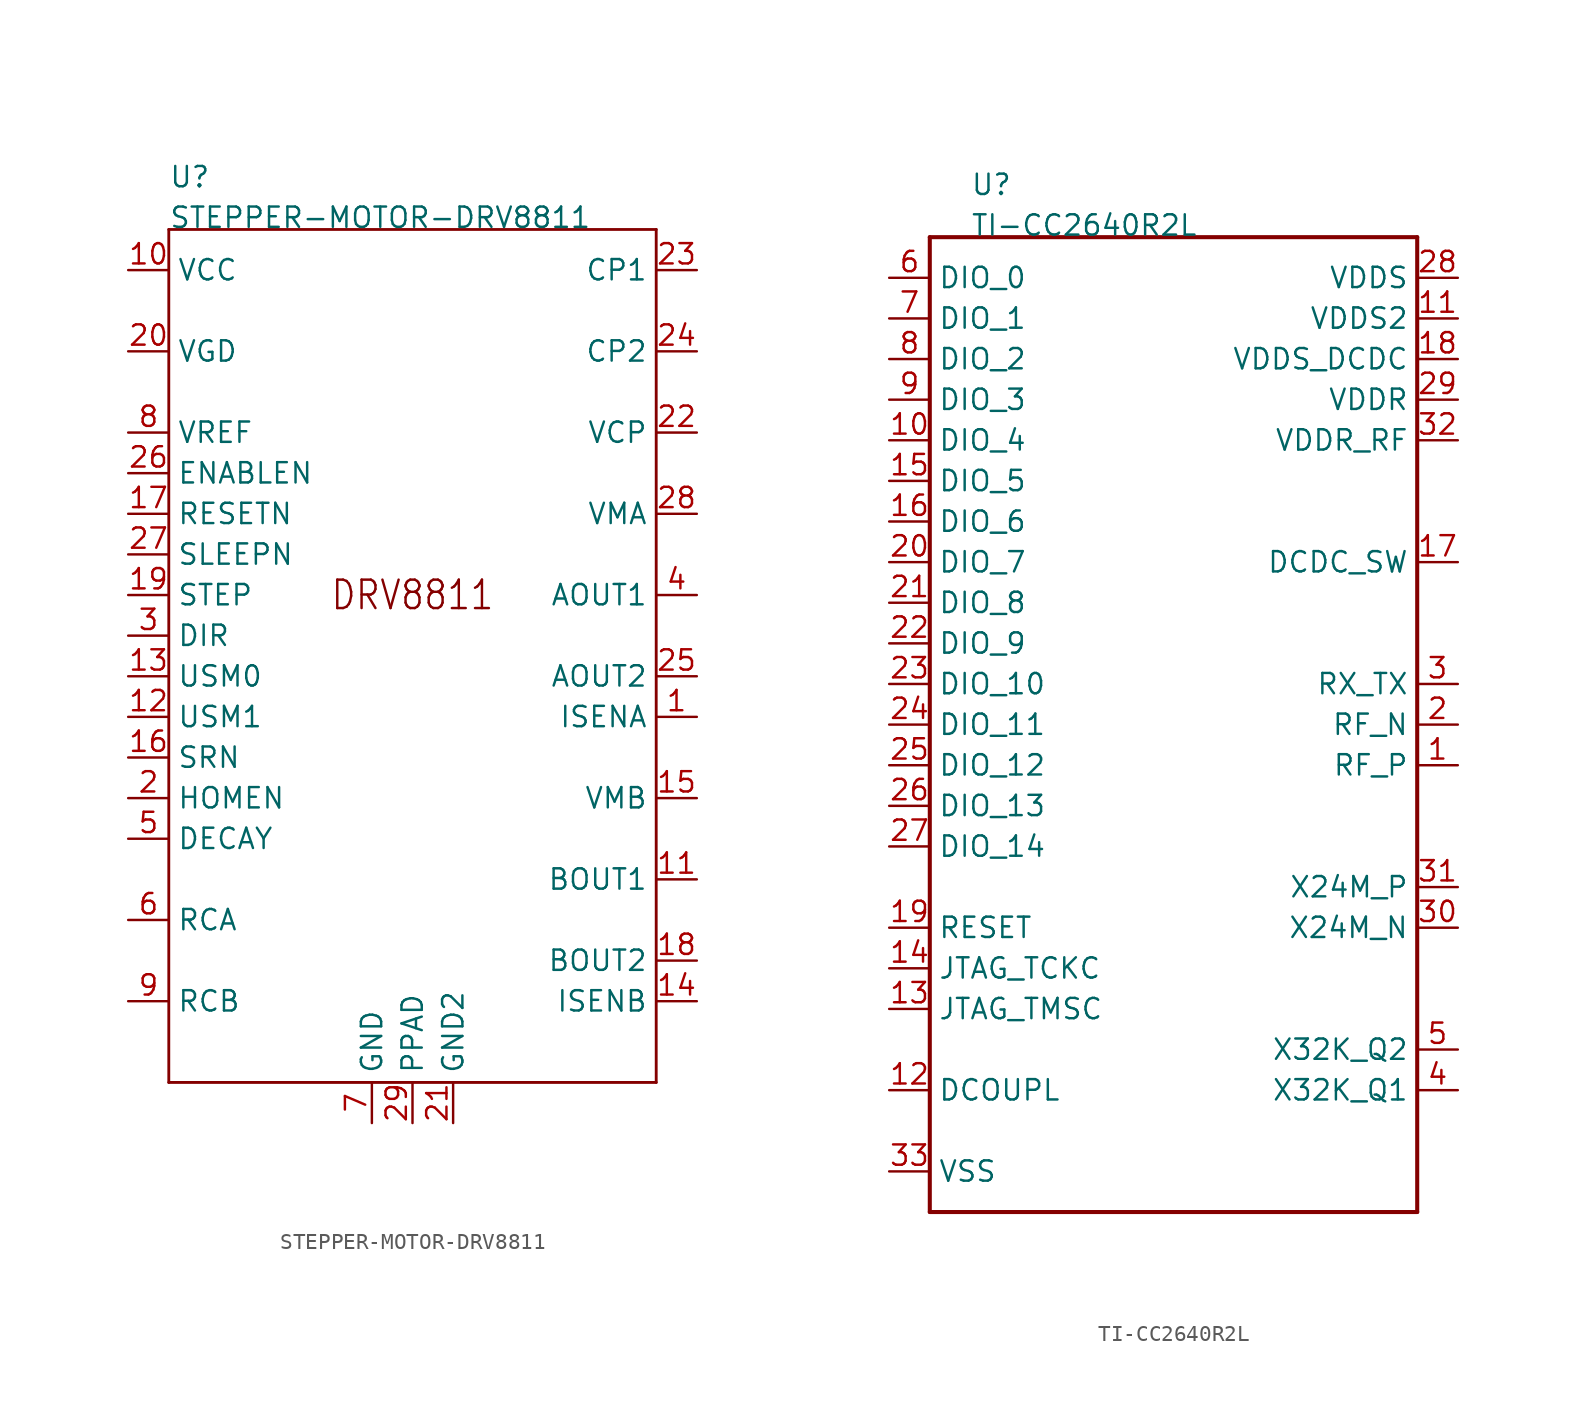
<source format=kicad_sym>
(kicad_symbol_lib
  (version 20211014)
  (generator kicad_symbol_editor)
  (symbol "STEPPER-MOTOR-DRV8811"
    (pin_names)
    (property "Reference" "U"
      (at -15.24 27.94 0)
      (effects (font (size 1.27 1.27)) (justify left bottom)))
    (property "Value" "STEPPER-MOTOR-DRV8811"
      (at -15.24 25.4 0)
      (effects (font (size 1.27 1.27)) (justify left bottom)))
    (property "Datasheet" ""
      (at 0 0 0))
    (property "ki_description" "DRV8811  - Bipolar Motor Driver Power MOSFET Logic 28-HTSSOP   Technical Specifications:    Pulse Width Modulation (PWM) Microstepping Motor Driver   Step and Direction control, 1/8 Microstepping indedexer   Supply Voltage: 8V~38V   Protection Feratures: VM Undervoltage Lockout, Overcurrent Protection, Thermal Shutdown   Thermal relief central pad   Pin-to-Pin compatible with DRV8818          Component Search:  DRV8811   Datasheet:  DRV8811 Stepper Motor Controller IC datasheet (Rev. J)  "
      (at 0 0 0))
    (property "ki_fp_filters" "FlashPCB_ICs:28-HTSSOP"
      (at 0 0 0))
    (symbol "STEPPER-MOTOR-DRV8811_1_1"
      (text "DRV8811" (at 0 2.54 0) (effects (font (size 1.778 1.52))))
      (polyline (pts (xy -15.24 25.4) (xy 15.24 25.4)) (stroke (width 0.178)) (fill (type none)))
      (polyline (pts (xy 15.24 25.4) (xy 15.24 -27.94)) (stroke (width 0.178)) (fill (type none)))
      (polyline (pts (xy 15.24 -27.94) (xy -15.24 -27.94)) (stroke (width 0.178)) (fill (type none)))
      (polyline (pts (xy -15.24 -27.94) (xy -15.24 25.4)) (stroke (width 0.178)) (fill (type none)))
      (pin bidirectional line (at 17.78 -5.08 180) (length 2.54) (name "ISENA" (effects (font (size 1.27 1.27)))) (number "1" (effects (font (size 1.27 1.27)))))
      (pin bidirectional line (at -17.78 -10.16 0) (length 2.54) (name "HOMEN" (effects (font (size 1.27 1.27)))) (number "2" (effects (font (size 1.27 1.27)))))
      (pin bidirectional line (at -17.78 0 0) (length 2.54) (name "DIR" (effects (font (size 1.27 1.27)))) (number "3" (effects (font (size 1.27 1.27)))))
      (pin bidirectional line (at 17.78 2.54 180) (length 2.54) (name "AOUT1" (effects (font (size 1.27 1.27)))) (number "4" (effects (font (size 1.27 1.27)))))
      (pin bidirectional line (at -17.78 -12.7 0) (length 2.54) (name "DECAY" (effects (font (size 1.27 1.27)))) (number "5" (effects (font (size 1.27 1.27)))))
      (pin bidirectional line (at -17.78 -17.78 0) (length 2.54) (name "RCA" (effects (font (size 1.27 1.27)))) (number "6" (effects (font (size 1.27 1.27)))))
      (pin bidirectional line (at -17.78 12.7 0) (length 2.54) (name "VREF" (effects (font (size 1.27 1.27)))) (number "8" (effects (font (size 1.27 1.27)))))
      (pin bidirectional line (at -2.54 -30.48 90) (length 2.54) (name "GND" (effects (font (size 1.27 1.27)))) (number "7" (effects (font (size 1.27 1.27)))))
      (pin bidirectional line (at -17.78 -22.86 0) (length 2.54) (name "RCB" (effects (font (size 1.27 1.27)))) (number "9" (effects (font (size 1.27 1.27)))))
      (pin bidirectional line (at -17.78 22.86 0) (length 2.54) (name "VCC" (effects (font (size 1.27 1.27)))) (number "10" (effects (font (size 1.27 1.27)))))
      (pin bidirectional line (at 17.78 -15.24 180) (length 2.54) (name "BOUT1" (effects (font (size 1.27 1.27)))) (number "11" (effects (font (size 1.27 1.27)))))
      (pin bidirectional line (at -17.78 -2.54 0) (length 2.54) (name "USM0" (effects (font (size 1.27 1.27)))) (number "13" (effects (font (size 1.27 1.27)))))
      (pin bidirectional line (at 17.78 -22.86 180) (length 2.54) (name "ISENB" (effects (font (size 1.27 1.27)))) (number "14" (effects (font (size 1.27 1.27)))))
      (pin bidirectional line (at -17.78 -5.08 0) (length 2.54) (name "USM1" (effects (font (size 1.27 1.27)))) (number "12" (effects (font (size 1.27 1.27)))))
      (pin bidirectional line (at 17.78 -10.16 180) (length 2.54) (name "VMB" (effects (font (size 1.27 1.27)))) (number "15" (effects (font (size 1.27 1.27)))))
      (pin bidirectional line (at -17.78 -7.62 0) (length 2.54) (name "SRN" (effects (font (size 1.27 1.27)))) (number "16" (effects (font (size 1.27 1.27)))))
      (pin bidirectional line (at -17.78 7.62 0) (length 2.54) (name "RESETN" (effects (font (size 1.27 1.27)))) (number "17" (effects (font (size 1.27 1.27)))))
      (pin bidirectional line (at 17.78 -20.32 180) (length 2.54) (name "BOUT2" (effects (font (size 1.27 1.27)))) (number "18" (effects (font (size 1.27 1.27)))))
      (pin bidirectional line (at -17.78 2.54 0) (length 2.54) (name "STEP" (effects (font (size 1.27 1.27)))) (number "19" (effects (font (size 1.27 1.27)))))
      (pin bidirectional line (at -17.78 17.78 0) (length 2.54) (name "VGD" (effects (font (size 1.27 1.27)))) (number "20" (effects (font (size 1.27 1.27)))))
      (pin bidirectional line (at 2.54 -30.48 90) (length 2.54) (name "GND2" (effects (font (size 1.27 1.27)))) (number "21" (effects (font (size 1.27 1.27)))))
      (pin bidirectional line (at 17.78 22.86 180) (length 2.54) (name "CP1" (effects (font (size 1.27 1.27)))) (number "23" (effects (font (size 1.27 1.27)))))
      (pin bidirectional line (at 17.78 12.7 180) (length 2.54) (name "VCP" (effects (font (size 1.27 1.27)))) (number "22" (effects (font (size 1.27 1.27)))))
      (pin bidirectional line (at 17.78 17.78 180) (length 2.54) (name "CP2" (effects (font (size 1.27 1.27)))) (number "24" (effects (font (size 1.27 1.27)))))
      (pin bidirectional line (at 17.78 -2.54 180) (length 2.54) (name "AOUT2" (effects (font (size 1.27 1.27)))) (number "25" (effects (font (size 1.27 1.27)))))
      (pin bidirectional line (at -17.78 10.16 0) (length 2.54) (name "ENABLEN" (effects (font (size 1.27 1.27)))) (number "26" (effects (font (size 1.27 1.27)))))
      (pin bidirectional line (at -17.78 5.08 0) (length 2.54) (name "SLEEPN" (effects (font (size 1.27 1.27)))) (number "27" (effects (font (size 1.27 1.27)))))
      (pin bidirectional line (at 17.78 7.62 180) (length 2.54) (name "VMA" (effects (font (size 1.27 1.27)))) (number "28" (effects (font (size 1.27 1.27)))))
      (pin bidirectional line (at 0 -30.48 90) (length 2.54) (name "PPAD" (effects (font (size 1.27 1.27)))) (number "29" (effects (font (size 1.27 1.27)))))))
  (symbol "TI-CC2640R2L"
    (pin_names)
    (property "Reference" "U"
      (at -12.7 33.02 0)
      (effects (font (size 1.27 1.27)) (justify left bottom)))
    (property "Value" "TI-CC2640R2L"
      (at -12.7 30.48 0)
      (effects (font (size 1.27 1.27)) (justify left bottom)))
    (property "Datasheet" ""
      (at 0 0 0))
    (property "ki_description" "CC2640R2L  SimpleLinkÃ¢â€žÂ¢ Bluetooth Ã‚Â® 5.1 Low Energy Wireless MCU   Technical Specifications:    Core Processor: ArmÃ‚Â® CortexÃ‚Â®-M3       Component Search:  [DATA SHEET NAME]   Datasheet:  CC2640R2L "
      (at 0 0 0))
    (property "ki_fp_filters" "FlashPCB_ICs:32-VQFN(5X5)-EXPOSED-PAD"
      (at 0 0 0))
    (symbol "TI-CC2640R2L_1_1"
      (polyline (pts (xy -15.24 30.48) (xy 15.24 30.48)) (stroke (width 0.254)) (fill (type none)))
      (polyline (pts (xy 15.24 30.48) (xy 15.24 -30.48)) (stroke (width 0.254)) (fill (type none)))
      (polyline (pts (xy 15.24 -30.48) (xy -15.24 -30.48)) (stroke (width 0.254)) (fill (type none)))
      (polyline (pts (xy -15.24 -30.48) (xy -15.24 30.48)) (stroke (width 0.254)) (fill (type none)))
      (pin bidirectional line (at -17.78 27.94 0) (length 2.54) (name "DIO_0" (effects (font (size 1.27 1.27)))) (number "6" (effects (font (size 1.27 1.27)))))
      (pin bidirectional line (at -17.78 25.4 0) (length 2.54) (name "DIO_1" (effects (font (size 1.27 1.27)))) (number "7" (effects (font (size 1.27 1.27)))))
      (pin bidirectional line (at -17.78 22.86 0) (length 2.54) (name "DIO_2" (effects (font (size 1.27 1.27)))) (number "8" (effects (font (size 1.27 1.27)))))
      (pin bidirectional line (at -17.78 20.32 0) (length 2.54) (name "DIO_3" (effects (font (size 1.27 1.27)))) (number "9" (effects (font (size 1.27 1.27)))))
      (pin bidirectional line (at -17.78 17.78 0) (length 2.54) (name "DIO_4" (effects (font (size 1.27 1.27)))) (number "10" (effects (font (size 1.27 1.27)))))
      (pin bidirectional line (at -17.78 15.24 0) (length 2.54) (name "DIO_5" (effects (font (size 1.27 1.27)))) (number "15" (effects (font (size 1.27 1.27)))))
      (pin bidirectional line (at -17.78 12.7 0) (length 2.54) (name "DIO_6" (effects (font (size 1.27 1.27)))) (number "16" (effects (font (size 1.27 1.27)))))
      (pin bidirectional line (at -17.78 10.16 0) (length 2.54) (name "DIO_7" (effects (font (size 1.27 1.27)))) (number "20" (effects (font (size 1.27 1.27)))))
      (pin bidirectional line (at -17.78 7.62 0) (length 2.54) (name "DIO_8" (effects (font (size 1.27 1.27)))) (number "21" (effects (font (size 1.27 1.27)))))
      (pin bidirectional line (at -17.78 5.08 0) (length 2.54) (name "DIO_9" (effects (font (size 1.27 1.27)))) (number "22" (effects (font (size 1.27 1.27)))))
      (pin bidirectional line (at -17.78 2.54 0) (length 2.54) (name "DIO_10" (effects (font (size 1.27 1.27)))) (number "23" (effects (font (size 1.27 1.27)))))
      (pin bidirectional line (at -17.78 0 0) (length 2.54) (name "DIO_11" (effects (font (size 1.27 1.27)))) (number "24" (effects (font (size 1.27 1.27)))))
      (pin bidirectional line (at -17.78 -2.54 0) (length 2.54) (name "DIO_12" (effects (font (size 1.27 1.27)))) (number "25" (effects (font (size 1.27 1.27)))))
      (pin bidirectional line (at -17.78 -5.08 0) (length 2.54) (name "DIO_13" (effects (font (size 1.27 1.27)))) (number "26" (effects (font (size 1.27 1.27)))))
      (pin bidirectional line (at -17.78 -7.62 0) (length 2.54) (name "DIO_14" (effects (font (size 1.27 1.27)))) (number "27" (effects (font (size 1.27 1.27)))))
      (pin bidirectional line (at -17.78 -12.7 0) (length 2.54) (name "RESET" (effects (font (size 1.27 1.27)))) (number "19" (effects (font (size 1.27 1.27)))))
      (pin bidirectional line (at -17.78 -15.24 0) (length 2.54) (name "JTAG_TCKC" (effects (font (size 1.27 1.27)))) (number "14" (effects (font (size 1.27 1.27)))))
      (pin bidirectional line (at -17.78 -17.78 0) (length 2.54) (name "JTAG_TMSC" (effects (font (size 1.27 1.27)))) (number "13" (effects (font (size 1.27 1.27)))))
      (pin bidirectional line (at -17.78 -22.86 0) (length 2.54) (name "DCOUPL" (effects (font (size 1.27 1.27)))) (number "12" (effects (font (size 1.27 1.27)))))
      (pin bidirectional line (at -17.78 -27.94 0) (length 2.54) (name "VSS" (effects (font (size 1.27 1.27)))) (number "33" (effects (font (size 1.27 1.27)))))
      (pin bidirectional line (at 17.78 27.94 180) (length 2.54) (name "VDDS" (effects (font (size 1.27 1.27)))) (number "28" (effects (font (size 1.27 1.27)))))
      (pin bidirectional line (at 17.78 22.86 180) (length 2.54) (name "VDDS_DCDC" (effects (font (size 1.27 1.27)))) (number "18" (effects (font (size 1.27 1.27)))))
      (pin bidirectional line (at 17.78 25.4 180) (length 2.54) (name "VDDS2" (effects (font (size 1.27 1.27)))) (number "11" (effects (font (size 1.27 1.27)))))
      (pin bidirectional line (at 17.78 20.32 180) (length 2.54) (name "VDDR" (effects (font (size 1.27 1.27)))) (number "29" (effects (font (size 1.27 1.27)))))
      (pin bidirectional line (at 17.78 17.78 180) (length 2.54) (name "VDDR_RF" (effects (font (size 1.27 1.27)))) (number "32" (effects (font (size 1.27 1.27)))))
      (pin bidirectional line (at 17.78 10.16 180) (length 2.54) (name "DCDC_SW" (effects (font (size 1.27 1.27)))) (number "17" (effects (font (size 1.27 1.27)))))
      (pin bidirectional line (at 17.78 2.54 180) (length 2.54) (name "RX_TX" (effects (font (size 1.27 1.27)))) (number "3" (effects (font (size 1.27 1.27)))))
      (pin bidirectional line (at 17.78 0 180) (length 2.54) (name "RF_N" (effects (font (size 1.27 1.27)))) (number "2" (effects (font (size 1.27 1.27)))))
      (pin bidirectional line (at 17.78 -2.54 180) (length 2.54) (name "RF_P" (effects (font (size 1.27 1.27)))) (number "1" (effects (font (size 1.27 1.27)))))
      (pin bidirectional line (at 17.78 -10.16 180) (length 2.54) (name "X24M_P" (effects (font (size 1.27 1.27)))) (number "31" (effects (font (size 1.27 1.27)))))
      (pin bidirectional line (at 17.78 -12.7 180) (length 2.54) (name "X24M_N" (effects (font (size 1.27 1.27)))) (number "30" (effects (font (size 1.27 1.27)))))
      (pin bidirectional line (at 17.78 -20.32 180) (length 2.54) (name "X32K_Q2" (effects (font (size 1.27 1.27)))) (number "5" (effects (font (size 1.27 1.27)))))
      (pin bidirectional line (at 17.78 -22.86 180) (length 2.54) (name "X32K_Q1" (effects (font (size 1.27 1.27)))) (number "4" (effects (font (size 1.27 1.27))))))))
</source>
